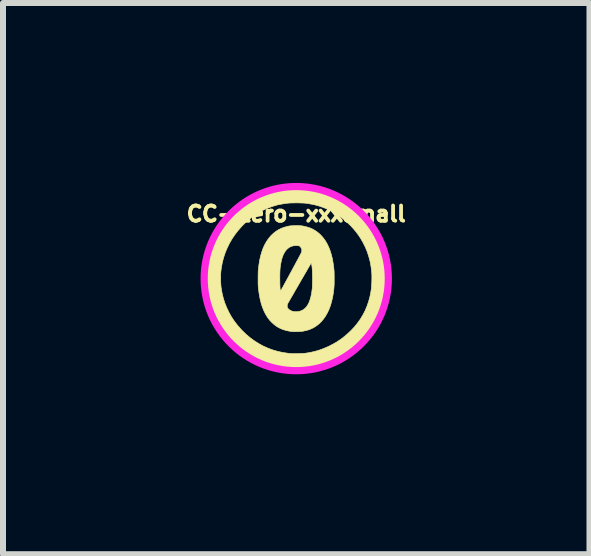
<source format=kicad_pcb>
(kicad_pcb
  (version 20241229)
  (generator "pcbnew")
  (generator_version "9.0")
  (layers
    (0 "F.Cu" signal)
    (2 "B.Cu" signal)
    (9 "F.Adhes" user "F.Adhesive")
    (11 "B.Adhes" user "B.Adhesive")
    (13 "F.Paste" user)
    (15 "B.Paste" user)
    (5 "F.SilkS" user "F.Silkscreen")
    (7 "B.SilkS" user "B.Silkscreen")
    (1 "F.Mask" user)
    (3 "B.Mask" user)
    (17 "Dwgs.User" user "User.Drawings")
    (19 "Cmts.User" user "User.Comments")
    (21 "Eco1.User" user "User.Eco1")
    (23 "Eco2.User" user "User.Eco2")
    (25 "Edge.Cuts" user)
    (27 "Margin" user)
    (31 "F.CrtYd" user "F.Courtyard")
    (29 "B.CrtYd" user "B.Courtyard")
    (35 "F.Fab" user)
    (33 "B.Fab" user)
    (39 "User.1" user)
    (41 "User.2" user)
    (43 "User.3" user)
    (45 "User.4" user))
  (footprint "CC-Zero-xxxsmall"
    (layer "F.Cu")
    (at 1.89 1.596)
    (property "Reference" "CC-Zero-xxxsmall" (at 0 -1.079 0) (layer "F.SilkS") (effects (font (size 0.254 0.254) (thickness 0.064))))
    (attr through_hole)
    (fp_poly (pts (xy 0.015 -1.542) (xy 0.066 -1.54) (xy 0.115 -1.538) (xy 0.161 -1.535) (xy 0.195 -1.531) (xy 0.291 -1.517) (xy 0.384 -1.498) (xy 0.475 -1.473) (xy 0.563 -1.442) (xy 0.649 -1.407) (xy 0.732 -1.365) (xy 0.813 -1.318) (xy 0.891 -1.266) (xy 0.968 -1.208) (xy 1.041 -1.144) (xy 1.113 -1.075) (xy 1.131 -1.057) (xy 1.192 -0.988) (xy 1.249 -0.916) (xy 1.301 -0.839) (xy 1.348 -0.76) (xy 1.391 -0.678) (xy 1.428 -0.592) (xy 1.46 -0.505) (xy 1.487 -0.415) (xy 1.508 -0.323) (xy 1.524 -0.229) (xy 1.527 -0.21) (xy 1.533 -0.148) (xy 1.537 -0.083) (xy 1.539 -0.016) (xy 1.538 0.052) (xy 1.535 0.118) (xy 1.53 0.181) (xy 1.524 0.227) (xy 1.508 0.322) (xy 1.486 0.414) (xy 1.459 0.504) (xy 1.427 0.59) (xy 1.391 0.674) (xy 1.349 0.755) (xy 1.302 0.832) (xy 1.289 0.851) (xy 1.258 0.895) (xy 1.226 0.936) (xy 1.193 0.977) (xy 1.157 1.017) (xy 1.117 1.059) (xy 1.093 1.083) (xy 1.031 1.14) (xy 0.969 1.193) (xy 0.906 1.241) (xy 0.841 1.285) (xy 0.773 1.326) (xy 0.701 1.365) (xy 0.686 1.373) (xy 0.597 1.413) (xy 0.507 1.449) (xy 0.416 1.478) (xy 0.324 1.501) (xy 0.23 1.518) (xy 0.134 1.53) (xy 0.101 1.533) (xy 0.087 1.534) (xy 0.068 1.534) (xy 0.046 1.535) (xy 0.023 1.535) (xy -0.002 1.536) (xy -0.026 1.536) (xy -0.048 1.535) (xy -0.068 1.535) (xy -0.084 1.535) (xy -0.092 1.534) (xy -0.1 1.533) (xy -0.112 1.532) (xy -0.127 1.531) (xy -0.143 1.53) (xy -0.144 1.53) (xy -0.234 1.52) (xy -0.324 1.503) (xy -0.413 1.481) (xy -0.501 1.454) (xy -0.588 1.42) (xy -0.672 1.382) (xy -0.755 1.338) (xy -0.83 1.292) (xy -0.909 1.237) (xy -0.985 1.177) (xy -1.056 1.113) (xy -1.123 1.046) (xy -1.186 0.975) (xy -1.244 0.9) (xy -1.297 0.823) (xy -1.346 0.743) (xy -1.389 0.66) (xy -1.427 0.575) (xy -1.46 0.487) (xy -1.487 0.398) (xy -1.508 0.307) (xy -1.518 0.257) (xy -1.523 0.224) (xy -1.527 0.194) (xy -1.531 0.166) (xy -1.533 0.139) (xy -1.535 0.111) (xy -1.536 0.081) (xy -1.537 0.048) (xy -1.538 0.01) (xy -1.538 0) (xy -1.537 -0.022) (xy -1.261 -0.022) (xy -1.26 0.014) (xy -1.26 0.05) (xy -1.258 0.085) (xy -1.256 0.117) (xy -1.253 0.145) (xy -1.252 0.153) (xy -1.237 0.239) (xy -1.217 0.324) (xy -1.191 0.406) (xy -1.159 0.485) (xy -1.122 0.563) (xy -1.08 0.638) (xy -1.032 0.71) (xy -0.978 0.78) (xy -0.919 0.847) (xy -0.9 0.867) (xy -0.835 0.93) (xy -0.767 0.987) (xy -0.697 1.038) (xy -0.624 1.084) (xy -0.549 1.125) (xy -0.471 1.16) (xy -0.39 1.19) (xy -0.307 1.214) (xy -0.222 1.232) (xy -0.135 1.245) (xy -0.086 1.25) (xy -0.074 1.251) (xy -0.057 1.251) (xy -0.035 1.251) (xy -0.011 1.251) (xy 0.014 1.25) (xy 0.04 1.25) (xy 0.066 1.249) (xy 0.091 1.248) (xy 0.113 1.247) (xy 0.131 1.246) (xy 0.144 1.245) (xy 0.147 1.245) (xy 0.228 1.232) (xy 0.306 1.215) (xy 0.381 1.193) (xy 0.455 1.166) (xy 0.53 1.134) (xy 0.547 1.126) (xy 0.613 1.092) (xy 0.674 1.057) (xy 0.733 1.018) (xy 0.773 0.989) (xy 0.842 0.932) (xy 0.906 0.873) (xy 0.965 0.811) (xy 1.019 0.745) (xy 1.068 0.677) (xy 1.111 0.606) (xy 1.149 0.533) (xy 1.181 0.456) (xy 1.208 0.377) (xy 1.23 0.295) (xy 1.244 0.222) (xy 1.25 0.185) (xy 1.254 0.142) (xy 1.257 0.097) (xy 1.26 0.051) (xy 1.261 0.005) (xy 1.261 -0.039) (xy 1.26 -0.08) (xy 1.258 -0.104) (xy 1.248 -0.193) (xy 1.233 -0.279) (xy 1.211 -0.362) (xy 1.185 -0.444) (xy 1.152 -0.524) (xy 1.114 -0.601) (xy 1.071 -0.675) (xy 1.036 -0.727) (xy 0.997 -0.78) (xy 0.953 -0.832) (xy 0.905 -0.884) (xy 0.854 -0.933) (xy 0.802 -0.979) (xy 0.75 -1.021) (xy 0.747 -1.023) (xy 0.678 -1.071) (xy 0.608 -1.114) (xy 0.536 -1.151) (xy 0.461 -1.182) (xy 0.385 -1.209) (xy 0.305 -1.231) (xy 0.223 -1.247) (xy 0.157 -1.257) (xy 0.138 -1.259) (xy 0.114 -1.26) (xy 0.086 -1.261) (xy 0.055 -1.262) (xy 0.022 -1.263) (xy -0.011 -1.263) (xy -0.043 -1.262) (xy -0.074 -1.262) (xy -0.102 -1.261) (xy -0.127 -1.259) (xy -0.147 -1.257) (xy -0.151 -1.257) (xy -0.192 -1.251) (xy -0.231 -1.245) (xy -0.267 -1.238) (xy -0.299 -1.232) (xy -0.324 -1.226) (xy -0.403 -1.202) (xy -0.479 -1.174) (xy -0.55 -1.142) (xy -0.619 -1.105) (xy -0.685 -1.064) (xy -0.749 -1.017) (xy -0.812 -0.965) (xy -0.845 -0.935) (xy -0.909 -0.871) (xy -0.968 -0.804) (xy -1.022 -0.734) (xy -1.071 -0.662) (xy -1.114 -0.587) (xy -1.152 -0.509) (xy -1.185 -0.43) (xy -1.212 -0.348) (xy -1.233 -0.265) (xy -1.249 -0.18) (xy -1.257 -0.115) (xy -1.259 -0.088) (xy -1.26 -0.056) (xy -1.261 -0.022) (xy -1.537 -0.022) (xy -1.537 -0.035) (xy -1.537 -0.064) (xy -1.536 -0.09) (xy -1.535 -0.114) (xy -1.534 -0.137) (xy -1.532 -0.159) (xy -1.529 -0.183) (xy -1.526 -0.209) (xy -1.524 -0.224) (xy -1.508 -0.317) (xy -1.486 -0.409) (xy -1.458 -0.499) (xy -1.425 -0.587) (xy -1.386 -0.673) (xy -1.341 -0.756) (xy -1.292 -0.838) (xy -1.237 -0.917) (xy -1.177 -0.993) (xy -1.112 -1.066) (xy -1.058 -1.12) (xy -0.987 -1.185) (xy -0.914 -1.245) (xy -0.839 -1.299) (xy -0.762 -1.347) (xy -0.683 -1.39) (xy -0.601 -1.428) (xy -0.517 -1.46) (xy -0.43 -1.487) (xy -0.34 -1.508) (xy -0.247 -1.525) (xy -0.171 -1.535) (xy -0.13 -1.538) (xy -0.084 -1.54) (xy -0.035 -1.542) (xy 0.015 -1.542)) (stroke (width 0.01) (type solid)) (fill yes) (layer "F.SilkS"))
    (fp_poly (pts (xy 0.04 -0.884) (xy 0.069 -0.882) (xy 0.094 -0.88) (xy 0.101 -0.879) (xy 0.159 -0.867) (xy 0.213 -0.851) (xy 0.263 -0.831) (xy 0.31 -0.805) (xy 0.354 -0.775) (xy 0.396 -0.739) (xy 0.412 -0.723) (xy 0.45 -0.68) (xy 0.484 -0.633) (xy 0.515 -0.581) (xy 0.542 -0.525) (xy 0.566 -0.464) (xy 0.586 -0.399) (xy 0.603 -0.329) (xy 0.616 -0.254) (xy 0.627 -0.174) (xy 0.629 -0.145) (xy 0.631 -0.13) (xy 0.632 -0.109) (xy 0.632 -0.085) (xy 0.633 -0.058) (xy 0.633 -0.029) (xy 0.633 -0.000239) (xy 0.633 0) (xy 0.633 0.04) (xy 0.633 0.075) (xy 0.632 0.106) (xy 0.63 0.136) (xy 0.628 0.164) (xy 0.625 0.192) (xy 0.621 0.222) (xy 0.62 0.233) (xy 0.607 0.309) (xy 0.59 0.381) (xy 0.571 0.449) (xy 0.547 0.512) (xy 0.52 0.57) (xy 0.49 0.623) (xy 0.456 0.672) (xy 0.419 0.716) (xy 0.379 0.755) (xy 0.335 0.789) (xy 0.289 0.818) (xy 0.238 0.842) (xy 0.231 0.845) (xy 0.204 0.855) (xy 0.172 0.864) (xy 0.14 0.871) (xy 0.108 0.878) (xy 0.103 0.878) (xy 0.09 0.88) (xy 0.073 0.881) (xy 0.052 0.883) (xy 0.03 0.884) (xy 0.008 0.884) (xy -0.014 0.885) (xy -0.033 0.885) (xy -0.049 0.885) (xy -0.059 0.884) (xy -0.118 0.876) (xy -0.172 0.864) (xy -0.223 0.849) (xy -0.269 0.829) (xy -0.313 0.806) (xy -0.354 0.778) (xy -0.392 0.745) (xy -0.414 0.724) (xy -0.432 0.706) (xy -0.446 0.69) (xy -0.458 0.674) (xy -0.471 0.658) (xy -0.483 0.64) (xy -0.514 0.589) (xy -0.541 0.534) (xy -0.565 0.474) (xy -0.572 0.453) (xy -0.151 0.453) (xy -0.15 0.472) (xy -0.147 0.482) (xy -0.138 0.497) (xy -0.124 0.512) (xy -0.105 0.525) (xy -0.083 0.537) (xy -0.067 0.543) (xy -0.055 0.546) (xy -0.04 0.549) (xy -0.024 0.551) (xy -0.009 0.552) (xy 0.002 0.552) (xy 0.003 0.551) (xy 0.01 0.551) (xy 0.021 0.55) (xy 0.029 0.549) (xy 0.055 0.545) (xy 0.082 0.536) (xy 0.108 0.524) (xy 0.119 0.517) (xy 0.147 0.495) (xy 0.171 0.469) (xy 0.193 0.437) (xy 0.212 0.4) (xy 0.228 0.358) (xy 0.242 0.311) (xy 0.253 0.258) (xy 0.255 0.246) (xy 0.259 0.223) (xy 0.262 0.201) (xy 0.265 0.179) (xy 0.267 0.157) (xy 0.268 0.133) (xy 0.269 0.106) (xy 0.27 0.076) (xy 0.27 0.043) (xy 0.271 0.004) (xy 0.271 -0.002) (xy 0.27 -0.043) (xy 0.27 -0.078) (xy 0.269 -0.11) (xy 0.268 -0.138) (xy 0.266 -0.164) (xy 0.264 -0.188) (xy 0.261 -0.211) (xy 0.257 -0.235) (xy 0.256 -0.242) (xy 0.254 -0.253) (xy 0.253 -0.26) (xy 0.251 -0.261) (xy 0.249 -0.26) (xy 0.247 -0.257) (xy 0.245 -0.253) (xy 0.239 -0.243) (xy 0.231 -0.23) (xy 0.221 -0.212) (xy 0.208 -0.19) (xy 0.194 -0.166) (xy 0.178 -0.138) (xy 0.161 -0.108) (xy 0.142 -0.076) (xy 0.123 -0.042) (xy 0.102 -0.007) (xy 0.081 0.029) (xy 0.06 0.066) (xy 0.039 0.102) (xy 0.018 0.139) (xy -0.003 0.175) (xy -0.023 0.209) (xy -0.042 0.243) (xy -0.06 0.274) (xy -0.077 0.304) (xy -0.093 0.33) (xy -0.106 0.354) (xy -0.118 0.375) (xy -0.128 0.391) (xy -0.135 0.404) (xy -0.139 0.412) (xy -0.141 0.414) (xy -0.148 0.433) (xy -0.151 0.453) (xy -0.572 0.453) (xy -0.586 0.409) (xy -0.603 0.34) (xy -0.617 0.265) (xy -0.628 0.187) (xy -0.633 0.145) (xy -0.634 0.126) (xy -0.635 0.103) (xy -0.636 0.075) (xy -0.636 0.045) (xy -0.636 0.014) (xy -0.636 -0.011) (xy -0.274 -0.011) (xy -0.274 0.019) (xy -0.273 0.05) (xy -0.273 0.079) (xy -0.272 0.107) (xy -0.271 0.133) (xy -0.27 0.156) (xy -0.268 0.176) (xy -0.267 0.191) (xy -0.265 0.202) (xy -0.264 0.207) (xy -0.264 0.207) (xy -0.263 0.208) (xy -0.263 0.208) (xy -0.262 0.207) (xy -0.26 0.205) (xy -0.258 0.202) (xy -0.256 0.197) (xy -0.252 0.191) (xy -0.247 0.182) (xy -0.241 0.171) (xy -0.233 0.157) (xy -0.224 0.141) (xy -0.213 0.121) (xy -0.201 0.098) (xy -0.186 0.071) (xy -0.169 0.04) (xy -0.15 0.005) (xy -0.128 -0.035) (xy -0.104 -0.08) (xy -0.084 -0.116) (xy -0.062 -0.157) (xy -0.041 -0.196) (xy -0.021 -0.233) (xy -0.002 -0.269) (xy 0.016 -0.302) (xy 0.033 -0.333) (xy 0.047 -0.36) (xy 0.06 -0.384) (xy 0.071 -0.404) (xy 0.079 -0.421) (xy 0.085 -0.433) (xy 0.089 -0.44) (xy 0.089 -0.441) (xy 0.093 -0.463) (xy 0.092 -0.486) (xy 0.085 -0.507) (xy 0.072 -0.527) (xy 0.068 -0.532) (xy 0.06 -0.539) (xy 0.05 -0.545) (xy 0.037 -0.548) (xy 0.021 -0.55) (xy 0.000098 -0.551) (xy -0.004 -0.551) (xy -0.041 -0.548) (xy -0.075 -0.54) (xy -0.107 -0.526) (xy -0.135 -0.507) (xy -0.162 -0.483) (xy -0.185 -0.453) (xy -0.206 -0.418) (xy -0.217 -0.396) (xy -0.23 -0.362) (xy -0.242 -0.325) (xy -0.251 -0.284) (xy -0.26 -0.239) (xy -0.267 -0.189) (xy -0.27 -0.16) (xy -0.271 -0.143) (xy -0.272 -0.121) (xy -0.273 -0.097) (xy -0.273 -0.07) (xy -0.274 -0.041) (xy -0.274 -0.011) (xy -0.636 -0.011) (xy -0.636 -0.019) (xy -0.636 -0.05) (xy -0.635 -0.08) (xy -0.635 -0.107) (xy -0.634 -0.13) (xy -0.633 -0.145) (xy -0.623 -0.227) (xy -0.611 -0.303) (xy -0.595 -0.375) (xy -0.576 -0.442) (xy -0.554 -0.504) (xy -0.528 -0.562) (xy -0.498 -0.615) (xy -0.465 -0.664) (xy -0.429 -0.708) (xy -0.415 -0.723) (xy -0.375 -0.76) (xy -0.332 -0.793) (xy -0.286 -0.821) (xy -0.237 -0.843) (xy -0.185 -0.861) (xy -0.129 -0.875) (xy -0.104 -0.879) (xy -0.081 -0.881) (xy -0.053 -0.883) (xy -0.022 -0.884) (xy 0.009 -0.885) (xy 0.04 -0.884)) (stroke (width 0.01) (type solid)) (fill yes) (layer "F.SilkS"))
    (fp_circle (center 0 0) (end -1.333 0.762) (stroke (width 0.12) (type solid)) (fill no) (layer "F.CrtYd")))
  (gr_rect
    (start -3 -3)
    (end 6.78 6.192)
    (stroke (width 0.1) (type default))
    (fill no)
    (layer "Edge.Cuts")))
</source>
